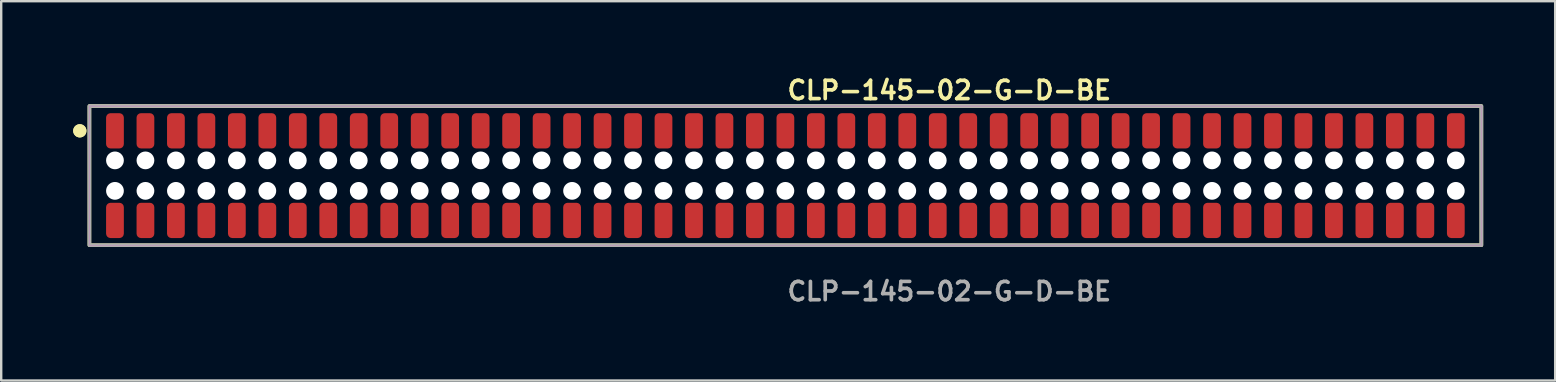
<source format=kicad_pcb>
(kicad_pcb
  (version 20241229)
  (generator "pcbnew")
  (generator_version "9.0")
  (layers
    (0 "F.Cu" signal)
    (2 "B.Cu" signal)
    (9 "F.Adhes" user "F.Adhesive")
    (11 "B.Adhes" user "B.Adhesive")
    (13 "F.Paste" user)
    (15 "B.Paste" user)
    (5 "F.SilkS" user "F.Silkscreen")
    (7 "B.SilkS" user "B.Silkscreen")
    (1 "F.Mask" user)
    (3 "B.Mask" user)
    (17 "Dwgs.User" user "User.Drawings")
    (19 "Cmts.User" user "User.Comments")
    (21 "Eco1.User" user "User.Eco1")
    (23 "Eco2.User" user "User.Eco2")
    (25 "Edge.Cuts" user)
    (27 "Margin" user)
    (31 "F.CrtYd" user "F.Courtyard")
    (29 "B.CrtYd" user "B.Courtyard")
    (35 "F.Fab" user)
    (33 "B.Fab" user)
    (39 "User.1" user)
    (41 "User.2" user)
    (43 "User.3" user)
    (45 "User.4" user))
  (footprint "CLP-145-02-G-D-BE"
    (layer "F.Cu")
    (at 29.681 4.269)
    (property "Reference" "CLP-145-02-G-D-BE" (at 0 -3.556 0) (unlocked yes) (layer "F.SilkS") (effects (font (size 0.762 0.762) (thickness 0.152)) (justify left)))
    (fp_rect (start -29.005 2.9) (end 29.005 -2.9) (stroke (width 0.152) (type solid)) (fill no) (layer "F.SilkS"))
    (fp_circle (center -29.405 -1.867) (end -29.605 -1.867) (stroke (width 0.152) (type solid)) (fill yes) (layer "F.SilkS"))
    (fp_circle (center -29.405 -1.867) (end -29.605 -1.867) (stroke (width 0.152) (type solid)) (fill yes) (layer "F.SilkS"))
    (fp_rect (start -29.005 2.9) (end 29.005 -2.9) (stroke (width 0.006) (type solid)) (fill no) (layer "F.CrtYd"))
    (fp_rect (start -29.005 2.9) (end 29.005 -2.9) (stroke (width 0.152) (type solid)) (fill no) (layer "F.Fab"))
    (fp_text user "${REFERENCE}" (at 0 4.826 0) (unlocked yes) (layer "F.Fab") (effects (font (size 0.762 0.762) (thickness 0.152)) (justify left)))
    (pad "" np_thru_hole circle (at -27.94 -0.635) (size 0.74 0.74) (drill 0.74) (layers "*.Cu" "*.Mask"))
    (pad "" np_thru_hole circle (at -27.94 0.635) (size 0.74 0.74) (drill 0.74) (layers "*.Cu" "*.Mask"))
    (pad "" np_thru_hole circle (at -26.67 -0.635) (size 0.74 0.74) (drill 0.74) (layers "*.Cu" "*.Mask"))
    (pad "" np_thru_hole circle (at -26.67 0.635) (size 0.74 0.74) (drill 0.74) (layers "*.Cu" "*.Mask"))
    (pad "" np_thru_hole circle (at -25.4 -0.635) (size 0.74 0.74) (drill 0.74) (layers "*.Cu" "*.Mask"))
    (pad "" np_thru_hole circle (at -25.4 0.635) (size 0.74 0.74) (drill 0.74) (layers "*.Cu" "*.Mask"))
    (pad "" np_thru_hole circle (at -24.13 -0.635) (size 0.74 0.74) (drill 0.74) (layers "*.Cu" "*.Mask"))
    (pad "" np_thru_hole circle (at -24.13 0.635) (size 0.74 0.74) (drill 0.74) (layers "*.Cu" "*.Mask"))
    (pad "" np_thru_hole circle (at -22.86 -0.635) (size 0.74 0.74) (drill 0.74) (layers "*.Cu" "*.Mask"))
    (pad "" np_thru_hole circle (at -22.86 0.635) (size 0.74 0.74) (drill 0.74) (layers "*.Cu" "*.Mask"))
    (pad "" np_thru_hole circle (at -21.59 -0.635) (size 0.74 0.74) (drill 0.74) (layers "*.Cu" "*.Mask"))
    (pad "" np_thru_hole circle (at -21.59 0.635) (size 0.74 0.74) (drill 0.74) (layers "*.Cu" "*.Mask"))
    (pad "" np_thru_hole circle (at -20.32 -0.635) (size 0.74 0.74) (drill 0.74) (layers "*.Cu" "*.Mask"))
    (pad "" np_thru_hole circle (at -20.32 0.635) (size 0.74 0.74) (drill 0.74) (layers "*.Cu" "*.Mask"))
    (pad "" np_thru_hole circle (at -19.05 -0.635) (size 0.74 0.74) (drill 0.74) (layers "*.Cu" "*.Mask"))
    (pad "" np_thru_hole circle (at -19.05 0.635) (size 0.74 0.74) (drill 0.74) (layers "*.Cu" "*.Mask"))
    (pad "" np_thru_hole circle (at -17.78 -0.635) (size 0.74 0.74) (drill 0.74) (layers "*.Cu" "*.Mask"))
    (pad "" np_thru_hole circle (at -17.78 0.635) (size 0.74 0.74) (drill 0.74) (layers "*.Cu" "*.Mask"))
    (pad "" np_thru_hole circle (at -16.51 -0.635) (size 0.74 0.74) (drill 0.74) (layers "*.Cu" "*.Mask"))
    (pad "" np_thru_hole circle (at -16.51 0.635) (size 0.74 0.74) (drill 0.74) (layers "*.Cu" "*.Mask"))
    (pad "" np_thru_hole circle (at -15.24 -0.635) (size 0.74 0.74) (drill 0.74) (layers "*.Cu" "*.Mask"))
    (pad "" np_thru_hole circle (at -15.24 0.635) (size 0.74 0.74) (drill 0.74) (layers "*.Cu" "*.Mask"))
    (pad "" np_thru_hole circle (at -13.97 -0.635) (size 0.74 0.74) (drill 0.74) (layers "*.Cu" "*.Mask"))
    (pad "" np_thru_hole circle (at -13.97 0.635) (size 0.74 0.74) (drill 0.74) (layers "*.Cu" "*.Mask"))
    (pad "" np_thru_hole circle (at -12.7 -0.635) (size 0.74 0.74) (drill 0.74) (layers "*.Cu" "*.Mask"))
    (pad "" np_thru_hole circle (at -12.7 0.635) (size 0.74 0.74) (drill 0.74) (layers "*.Cu" "*.Mask"))
    (pad "" np_thru_hole circle (at -11.43 -0.635) (size 0.74 0.74) (drill 0.74) (layers "*.Cu" "*.Mask"))
    (pad "" np_thru_hole circle (at -11.43 0.635) (size 0.74 0.74) (drill 0.74) (layers "*.Cu" "*.Mask"))
    (pad "" np_thru_hole circle (at -10.16 -0.635) (size 0.74 0.74) (drill 0.74) (layers "*.Cu" "*.Mask"))
    (pad "" np_thru_hole circle (at -10.16 0.635) (size 0.74 0.74) (drill 0.74) (layers "*.Cu" "*.Mask"))
    (pad "" np_thru_hole circle (at -8.89 -0.635) (size 0.74 0.74) (drill 0.74) (layers "*.Cu" "*.Mask"))
    (pad "" np_thru_hole circle (at -8.89 0.635) (size 0.74 0.74) (drill 0.74) (layers "*.Cu" "*.Mask"))
    (pad "" np_thru_hole circle (at -7.62 -0.635) (size 0.74 0.74) (drill 0.74) (layers "*.Cu" "*.Mask"))
    (pad "" np_thru_hole circle (at -7.62 0.635) (size 0.74 0.74) (drill 0.74) (layers "*.Cu" "*.Mask"))
    (pad "" np_thru_hole circle (at -6.35 -0.635) (size 0.74 0.74) (drill 0.74) (layers "*.Cu" "*.Mask"))
    (pad "" np_thru_hole circle (at -6.35 0.635) (size 0.74 0.74) (drill 0.74) (layers "*.Cu" "*.Mask"))
    (pad "" np_thru_hole circle (at -5.08 -0.635) (size 0.74 0.74) (drill 0.74) (layers "*.Cu" "*.Mask"))
    (pad "" np_thru_hole circle (at -5.08 0.635) (size 0.74 0.74) (drill 0.74) (layers "*.Cu" "*.Mask"))
    (pad "" np_thru_hole circle (at -3.81 -0.635) (size 0.74 0.74) (drill 0.74) (layers "*.Cu" "*.Mask"))
    (pad "" np_thru_hole circle (at -3.81 0.635) (size 0.74 0.74) (drill 0.74) (layers "*.Cu" "*.Mask"))
    (pad "" np_thru_hole circle (at -2.54 -0.635) (size 0.74 0.74) (drill 0.74) (layers "*.Cu" "*.Mask"))
    (pad "" np_thru_hole circle (at -2.54 0.635) (size 0.74 0.74) (drill 0.74) (layers "*.Cu" "*.Mask"))
    (pad "" np_thru_hole circle (at -1.27 -0.635) (size 0.74 0.74) (drill 0.74) (layers "*.Cu" "*.Mask"))
    (pad "" np_thru_hole circle (at -1.27 0.635) (size 0.74 0.74) (drill 0.74) (layers "*.Cu" "*.Mask"))
    (pad "" np_thru_hole circle (at 0 -0.635) (size 0.74 0.74) (drill 0.74) (layers "*.Cu" "*.Mask"))
    (pad "" np_thru_hole circle (at 0 0.635) (size 0.74 0.74) (drill 0.74) (layers "*.Cu" "*.Mask"))
    (pad "" np_thru_hole circle (at 1.27 -0.635) (size 0.74 0.74) (drill 0.74) (layers "*.Cu" "*.Mask"))
    (pad "" np_thru_hole circle (at 1.27 0.635) (size 0.74 0.74) (drill 0.74) (layers "*.Cu" "*.Mask"))
    (pad "" np_thru_hole circle (at 2.54 -0.635) (size 0.74 0.74) (drill 0.74) (layers "*.Cu" "*.Mask"))
    (pad "" np_thru_hole circle (at 2.54 0.635) (size 0.74 0.74) (drill 0.74) (layers "*.Cu" "*.Mask"))
    (pad "" np_thru_hole circle (at 3.81 -0.635) (size 0.74 0.74) (drill 0.74) (layers "*.Cu" "*.Mask"))
    (pad "" np_thru_hole circle (at 3.81 0.635) (size 0.74 0.74) (drill 0.74) (layers "*.Cu" "*.Mask"))
    (pad "" np_thru_hole circle (at 5.08 -0.635) (size 0.74 0.74) (drill 0.74) (layers "*.Cu" "*.Mask"))
    (pad "" np_thru_hole circle (at 5.08 0.635) (size 0.74 0.74) (drill 0.74) (layers "*.Cu" "*.Mask"))
    (pad "" np_thru_hole circle (at 6.35 -0.635) (size 0.74 0.74) (drill 0.74) (layers "*.Cu" "*.Mask"))
    (pad "" np_thru_hole circle (at 6.35 0.635) (size 0.74 0.74) (drill 0.74) (layers "*.Cu" "*.Mask"))
    (pad "" np_thru_hole circle (at 7.62 -0.635) (size 0.74 0.74) (drill 0.74) (layers "*.Cu" "*.Mask"))
    (pad "" np_thru_hole circle (at 7.62 0.635) (size 0.74 0.74) (drill 0.74) (layers "*.Cu" "*.Mask"))
    (pad "" np_thru_hole circle (at 8.89 -0.635) (size 0.74 0.74) (drill 0.74) (layers "*.Cu" "*.Mask"))
    (pad "" np_thru_hole circle (at 8.89 0.635) (size 0.74 0.74) (drill 0.74) (layers "*.Cu" "*.Mask"))
    (pad "" np_thru_hole circle (at 10.16 -0.635) (size 0.74 0.74) (drill 0.74) (layers "*.Cu" "*.Mask"))
    (pad "" np_thru_hole circle (at 10.16 0.635) (size 0.74 0.74) (drill 0.74) (layers "*.Cu" "*.Mask"))
    (pad "" np_thru_hole circle (at 11.43 -0.635) (size 0.74 0.74) (drill 0.74) (layers "*.Cu" "*.Mask"))
    (pad "" np_thru_hole circle (at 11.43 0.635) (size 0.74 0.74) (drill 0.74) (layers "*.Cu" "*.Mask"))
    (pad "" np_thru_hole circle (at 12.7 -0.635) (size 0.74 0.74) (drill 0.74) (layers "*.Cu" "*.Mask"))
    (pad "" np_thru_hole circle (at 12.7 0.635) (size 0.74 0.74) (drill 0.74) (layers "*.Cu" "*.Mask"))
    (pad "" np_thru_hole circle (at 13.97 -0.635) (size 0.74 0.74) (drill 0.74) (layers "*.Cu" "*.Mask"))
    (pad "" np_thru_hole circle (at 13.97 0.635) (size 0.74 0.74) (drill 0.74) (layers "*.Cu" "*.Mask"))
    (pad "" np_thru_hole circle (at 15.24 -0.635) (size 0.74 0.74) (drill 0.74) (layers "*.Cu" "*.Mask"))
    (pad "" np_thru_hole circle (at 15.24 0.635) (size 0.74 0.74) (drill 0.74) (layers "*.Cu" "*.Mask"))
    (pad "" np_thru_hole circle (at 16.51 -0.635) (size 0.74 0.74) (drill 0.74) (layers "*.Cu" "*.Mask"))
    (pad "" np_thru_hole circle (at 16.51 0.635) (size 0.74 0.74) (drill 0.74) (layers "*.Cu" "*.Mask"))
    (pad "" np_thru_hole circle (at 17.78 -0.635) (size 0.74 0.74) (drill 0.74) (layers "*.Cu" "*.Mask"))
    (pad "" np_thru_hole circle (at 17.78 0.635) (size 0.74 0.74) (drill 0.74) (layers "*.Cu" "*.Mask"))
    (pad "" np_thru_hole circle (at 19.05 -0.635) (size 0.74 0.74) (drill 0.74) (layers "*.Cu" "*.Mask"))
    (pad "" np_thru_hole circle (at 19.05 0.635) (size 0.74 0.74) (drill 0.74) (layers "*.Cu" "*.Mask"))
    (pad "" np_thru_hole circle (at 20.32 -0.635) (size 0.74 0.74) (drill 0.74) (layers "*.Cu" "*.Mask"))
    (pad "" np_thru_hole circle (at 20.32 0.635) (size 0.74 0.74) (drill 0.74) (layers "*.Cu" "*.Mask"))
    (pad "" np_thru_hole circle (at 21.59 -0.635) (size 0.74 0.74) (drill 0.74) (layers "*.Cu" "*.Mask"))
    (pad "" np_thru_hole circle (at 21.59 0.635) (size 0.74 0.74) (drill 0.74) (layers "*.Cu" "*.Mask"))
    (pad "" np_thru_hole circle (at 22.86 -0.635) (size 0.74 0.74) (drill 0.74) (layers "*.Cu" "*.Mask"))
    (pad "" np_thru_hole circle (at 22.86 0.635) (size 0.74 0.74) (drill 0.74) (layers "*.Cu" "*.Mask"))
    (pad "" np_thru_hole circle (at 24.13 -0.635) (size 0.74 0.74) (drill 0.74) (layers "*.Cu" "*.Mask"))
    (pad "" np_thru_hole circle (at 24.13 0.635) (size 0.74 0.74) (drill 0.74) (layers "*.Cu" "*.Mask"))
    (pad "" np_thru_hole circle (at 25.4 -0.635) (size 0.74 0.74) (drill 0.74) (layers "*.Cu" "*.Mask"))
    (pad "" np_thru_hole circle (at 25.4 0.635) (size 0.74 0.74) (drill 0.74) (layers "*.Cu" "*.Mask"))
    (pad "" np_thru_hole circle (at 26.67 -0.635) (size 0.74 0.74) (drill 0.74) (layers "*.Cu" "*.Mask"))
    (pad "" np_thru_hole circle (at 26.67 0.635) (size 0.74 0.74) (drill 0.74) (layers "*.Cu" "*.Mask"))
    (pad "" np_thru_hole circle (at 27.94 -0.635) (size 0.74 0.74) (drill 0.74) (layers "*.Cu" "*.Mask"))
    (pad "" np_thru_hole circle (at 27.94 0.635) (size 0.74 0.74) (drill 0.74) (layers "*.Cu" "*.Mask"))
    (pad "1" smd roundrect (at -27.94 -1.867) (size 0.74 1.47) (layers "F.Cu" "F.Paste") (roundrect_rratio 0.25))
    (pad "2" smd roundrect (at -27.94 1.867) (size 0.74 1.47) (layers "F.Cu" "F.Paste") (roundrect_rratio 0.25))
    (pad "3" smd roundrect (at -26.67 -1.867) (size 0.74 1.47) (layers "F.Cu" "F.Paste") (roundrect_rratio 0.25))
    (pad "4" smd roundrect (at -26.67 1.867) (size 0.74 1.47) (layers "F.Cu" "F.Paste") (roundrect_rratio 0.25))
    (pad "5" smd roundrect (at -25.4 -1.867) (size 0.74 1.47) (layers "F.Cu" "F.Paste") (roundrect_rratio 0.25))
    (pad "6" smd roundrect (at -25.4 1.867) (size 0.74 1.47) (layers "F.Cu" "F.Paste") (roundrect_rratio 0.25))
    (pad "7" smd roundrect (at -24.13 -1.867) (size 0.74 1.47) (layers "F.Cu" "F.Paste") (roundrect_rratio 0.25))
    (pad "8" smd roundrect (at -24.13 1.867) (size 0.74 1.47) (layers "F.Cu" "F.Paste") (roundrect_rratio 0.25))
    (pad "9" smd roundrect (at -22.86 -1.867) (size 0.74 1.47) (layers "F.Cu" "F.Paste") (roundrect_rratio 0.25))
    (pad "10" smd roundrect (at -22.86 1.867) (size 0.74 1.47) (layers "F.Cu" "F.Paste") (roundrect_rratio 0.25))
    (pad "11" smd roundrect (at -21.59 -1.867) (size 0.74 1.47) (layers "F.Cu" "F.Paste") (roundrect_rratio 0.25))
    (pad "12" smd roundrect (at -21.59 1.867) (size 0.74 1.47) (layers "F.Cu" "F.Paste") (roundrect_rratio 0.25))
    (pad "13" smd roundrect (at -20.32 -1.867) (size 0.74 1.47) (layers "F.Cu" "F.Paste") (roundrect_rratio 0.25))
    (pad "14" smd roundrect (at -20.32 1.867) (size 0.74 1.47) (layers "F.Cu" "F.Paste") (roundrect_rratio 0.25))
    (pad "15" smd roundrect (at -19.05 -1.867) (size 0.74 1.47) (layers "F.Cu" "F.Paste") (roundrect_rratio 0.25))
    (pad "16" smd roundrect (at -19.05 1.867) (size 0.74 1.47) (layers "F.Cu" "F.Paste") (roundrect_rratio 0.25))
    (pad "17" smd roundrect (at -17.78 -1.867) (size 0.74 1.47) (layers "F.Cu" "F.Paste") (roundrect_rratio 0.25))
    (pad "18" smd roundrect (at -17.78 1.867) (size 0.74 1.47) (layers "F.Cu" "F.Paste") (roundrect_rratio 0.25))
    (pad "19" smd roundrect (at -16.51 -1.867) (size 0.74 1.47) (layers "F.Cu" "F.Paste") (roundrect_rratio 0.25))
    (pad "20" smd roundrect (at -16.51 1.867) (size 0.74 1.47) (layers "F.Cu" "F.Paste") (roundrect_rratio 0.25))
    (pad "21" smd roundrect (at -15.24 -1.867) (size 0.74 1.47) (layers "F.Cu" "F.Paste") (roundrect_rratio 0.25))
    (pad "22" smd roundrect (at -15.24 1.867) (size 0.74 1.47) (layers "F.Cu" "F.Paste") (roundrect_rratio 0.25))
    (pad "23" smd roundrect (at -13.97 -1.867) (size 0.74 1.47) (layers "F.Cu" "F.Paste") (roundrect_rratio 0.25))
    (pad "24" smd roundrect (at -13.97 1.867) (size 0.74 1.47) (layers "F.Cu" "F.Paste") (roundrect_rratio 0.25))
    (pad "25" smd roundrect (at -12.7 -1.867) (size 0.74 1.47) (layers "F.Cu" "F.Paste") (roundrect_rratio 0.25))
    (pad "26" smd roundrect (at -12.7 1.867) (size 0.74 1.47) (layers "F.Cu" "F.Paste") (roundrect_rratio 0.25))
    (pad "27" smd roundrect (at -11.43 -1.867) (size 0.74 1.47) (layers "F.Cu" "F.Paste") (roundrect_rratio 0.25))
    (pad "28" smd roundrect (at -11.43 1.867) (size 0.74 1.47) (layers "F.Cu" "F.Paste") (roundrect_rratio 0.25))
    (pad "29" smd roundrect (at -10.16 -1.867) (size 0.74 1.47) (layers "F.Cu" "F.Paste") (roundrect_rratio 0.25))
    (pad "30" smd roundrect (at -10.16 1.867) (size 0.74 1.47) (layers "F.Cu" "F.Paste") (roundrect_rratio 0.25))
    (pad "31" smd roundrect (at -8.89 -1.867) (size 0.74 1.47) (layers "F.Cu" "F.Paste") (roundrect_rratio 0.25))
    (pad "32" smd roundrect (at -8.89 1.867) (size 0.74 1.47) (layers "F.Cu" "F.Paste") (roundrect_rratio 0.25))
    (pad "33" smd roundrect (at -7.62 -1.867) (size 0.74 1.47) (layers "F.Cu" "F.Paste") (roundrect_rratio 0.25))
    (pad "34" smd roundrect (at -7.62 1.867) (size 0.74 1.47) (layers "F.Cu" "F.Paste") (roundrect_rratio 0.25))
    (pad "35" smd roundrect (at -6.35 -1.867) (size 0.74 1.47) (layers "F.Cu" "F.Paste") (roundrect_rratio 0.25))
    (pad "36" smd roundrect (at -6.35 1.867) (size 0.74 1.47) (layers "F.Cu" "F.Paste") (roundrect_rratio 0.25))
    (pad "37" smd roundrect (at -5.08 -1.867) (size 0.74 1.47) (layers "F.Cu" "F.Paste") (roundrect_rratio 0.25))
    (pad "38" smd roundrect (at -5.08 1.867) (size 0.74 1.47) (layers "F.Cu" "F.Paste") (roundrect_rratio 0.25))
    (pad "39" smd roundrect (at -3.81 -1.867) (size 0.74 1.47) (layers "F.Cu" "F.Paste") (roundrect_rratio 0.25))
    (pad "40" smd roundrect (at -3.81 1.867) (size 0.74 1.47) (layers "F.Cu" "F.Paste") (roundrect_rratio 0.25))
    (pad "41" smd roundrect (at -2.54 -1.867) (size 0.74 1.47) (layers "F.Cu" "F.Paste") (roundrect_rratio 0.25))
    (pad "42" smd roundrect (at -2.54 1.867) (size 0.74 1.47) (layers "F.Cu" "F.Paste") (roundrect_rratio 0.25))
    (pad "43" smd roundrect (at -1.27 -1.867) (size 0.74 1.47) (layers "F.Cu" "F.Paste") (roundrect_rratio 0.25))
    (pad "44" smd roundrect (at -1.27 1.867) (size 0.74 1.47) (layers "F.Cu" "F.Paste") (roundrect_rratio 0.25))
    (pad "45" smd roundrect (at 0 -1.867) (size 0.74 1.47) (layers "F.Cu" "F.Paste") (roundrect_rratio 0.25))
    (pad "46" smd roundrect (at 0 1.867) (size 0.74 1.47) (layers "F.Cu" "F.Paste") (roundrect_rratio 0.25))
    (pad "47" smd roundrect (at 1.27 -1.867) (size 0.74 1.47) (layers "F.Cu" "F.Paste") (roundrect_rratio 0.25))
    (pad "48" smd roundrect (at 1.27 1.867) (size 0.74 1.47) (layers "F.Cu" "F.Paste") (roundrect_rratio 0.25))
    (pad "49" smd roundrect (at 2.54 -1.867) (size 0.74 1.47) (layers "F.Cu" "F.Paste") (roundrect_rratio 0.25))
    (pad "50" smd roundrect (at 2.54 1.867) (size 0.74 1.47) (layers "F.Cu" "F.Paste") (roundrect_rratio 0.25))
    (pad "51" smd roundrect (at 3.81 -1.867) (size 0.74 1.47) (layers "F.Cu" "F.Paste") (roundrect_rratio 0.25))
    (pad "52" smd roundrect (at 3.81 1.867) (size 0.74 1.47) (layers "F.Cu" "F.Paste") (roundrect_rratio 0.25))
    (pad "53" smd roundrect (at 5.08 -1.867) (size 0.74 1.47) (layers "F.Cu" "F.Paste") (roundrect_rratio 0.25))
    (pad "54" smd roundrect (at 5.08 1.867) (size 0.74 1.47) (layers "F.Cu" "F.Paste") (roundrect_rratio 0.25))
    (pad "55" smd roundrect (at 6.35 -1.867) (size 0.74 1.47) (layers "F.Cu" "F.Paste") (roundrect_rratio 0.25))
    (pad "56" smd roundrect (at 6.35 1.867) (size 0.74 1.47) (layers "F.Cu" "F.Paste") (roundrect_rratio 0.25))
    (pad "57" smd roundrect (at 7.62 -1.867) (size 0.74 1.47) (layers "F.Cu" "F.Paste") (roundrect_rratio 0.25))
    (pad "58" smd roundrect (at 7.62 1.867) (size 0.74 1.47) (layers "F.Cu" "F.Paste") (roundrect_rratio 0.25))
    (pad "59" smd roundrect (at 8.89 -1.867) (size 0.74 1.47) (layers "F.Cu" "F.Paste") (roundrect_rratio 0.25))
    (pad "60" smd roundrect (at 8.89 1.867) (size 0.74 1.47) (layers "F.Cu" "F.Paste") (roundrect_rratio 0.25))
    (pad "61" smd roundrect (at 10.16 -1.867) (size 0.74 1.47) (layers "F.Cu" "F.Paste") (roundrect_rratio 0.25))
    (pad "62" smd roundrect (at 10.16 1.867) (size 0.74 1.47) (layers "F.Cu" "F.Paste") (roundrect_rratio 0.25))
    (pad "63" smd roundrect (at 11.43 -1.867) (size 0.74 1.47) (layers "F.Cu" "F.Paste") (roundrect_rratio 0.25))
    (pad "64" smd roundrect (at 11.43 1.867) (size 0.74 1.47) (layers "F.Cu" "F.Paste") (roundrect_rratio 0.25))
    (pad "65" smd roundrect (at 12.7 -1.867) (size 0.74 1.47) (layers "F.Cu" "F.Paste") (roundrect_rratio 0.25))
    (pad "66" smd roundrect (at 12.7 1.867) (size 0.74 1.47) (layers "F.Cu" "F.Paste") (roundrect_rratio 0.25))
    (pad "67" smd roundrect (at 13.97 -1.867) (size 0.74 1.47) (layers "F.Cu" "F.Paste") (roundrect_rratio 0.25))
    (pad "68" smd roundrect (at 13.97 1.867) (size 0.74 1.47) (layers "F.Cu" "F.Paste") (roundrect_rratio 0.25))
    (pad "69" smd roundrect (at 15.24 -1.867) (size 0.74 1.47) (layers "F.Cu" "F.Paste") (roundrect_rratio 0.25))
    (pad "70" smd roundrect (at 15.24 1.867) (size 0.74 1.47) (layers "F.Cu" "F.Paste") (roundrect_rratio 0.25))
    (pad "71" smd roundrect (at 16.51 -1.867) (size 0.74 1.47) (layers "F.Cu" "F.Paste") (roundrect_rratio 0.25))
    (pad "72" smd roundrect (at 16.51 1.867) (size 0.74 1.47) (layers "F.Cu" "F.Paste") (roundrect_rratio 0.25))
    (pad "73" smd roundrect (at 17.78 -1.867) (size 0.74 1.47) (layers "F.Cu" "F.Paste") (roundrect_rratio 0.25))
    (pad "74" smd roundrect (at 17.78 1.867) (size 0.74 1.47) (layers "F.Cu" "F.Paste") (roundrect_rratio 0.25))
    (pad "75" smd roundrect (at 19.05 -1.867) (size 0.74 1.47) (layers "F.Cu" "F.Paste") (roundrect_rratio 0.25))
    (pad "76" smd roundrect (at 19.05 1.867) (size 0.74 1.47) (layers "F.Cu" "F.Paste") (roundrect_rratio 0.25))
    (pad "77" smd roundrect (at 20.32 -1.867) (size 0.74 1.47) (layers "F.Cu" "F.Paste") (roundrect_rratio 0.25))
    (pad "78" smd roundrect (at 20.32 1.867) (size 0.74 1.47) (layers "F.Cu" "F.Paste") (roundrect_rratio 0.25))
    (pad "79" smd roundrect (at 21.59 -1.867) (size 0.74 1.47) (layers "F.Cu" "F.Paste") (roundrect_rratio 0.25))
    (pad "80" smd roundrect (at 21.59 1.867) (size 0.74 1.47) (layers "F.Cu" "F.Paste") (roundrect_rratio 0.25))
    (pad "81" smd roundrect (at 22.86 -1.867) (size 0.74 1.47) (layers "F.Cu" "F.Paste") (roundrect_rratio 0.25))
    (pad "82" smd roundrect (at 22.86 1.867) (size 0.74 1.47) (layers "F.Cu" "F.Paste") (roundrect_rratio 0.25))
    (pad "83" smd roundrect (at 24.13 -1.867) (size 0.74 1.47) (layers "F.Cu" "F.Paste") (roundrect_rratio 0.25))
    (pad "84" smd roundrect (at 24.13 1.867) (size 0.74 1.47) (layers "F.Cu" "F.Paste") (roundrect_rratio 0.25))
    (pad "85" smd roundrect (at 25.4 -1.867) (size 0.74 1.47) (layers "F.Cu" "F.Paste") (roundrect_rratio 0.25))
    (pad "86" smd roundrect (at 25.4 1.867) (size 0.74 1.47) (layers "F.Cu" "F.Paste") (roundrect_rratio 0.25))
    (pad "87" smd roundrect (at 26.67 -1.867) (size 0.74 1.47) (layers "F.Cu" "F.Paste") (roundrect_rratio 0.25))
    (pad "88" smd roundrect (at 26.67 1.867) (size 0.74 1.47) (layers "F.Cu" "F.Paste") (roundrect_rratio 0.25))
    (pad "89" smd roundrect (at 27.94 -1.867) (size 0.74 1.47) (layers "F.Cu" "F.Paste") (roundrect_rratio 0.25))
    (pad "90" smd roundrect (at 27.94 1.867) (size 0.74 1.47) (layers "F.Cu" "F.Paste") (roundrect_rratio 0.25)))
  (gr_rect
    (start -3 -3)
    (end 61.762 12.808)
    (stroke (width 0.1) (type default))
    (fill no)
    (layer "Edge.Cuts")))
</source>
